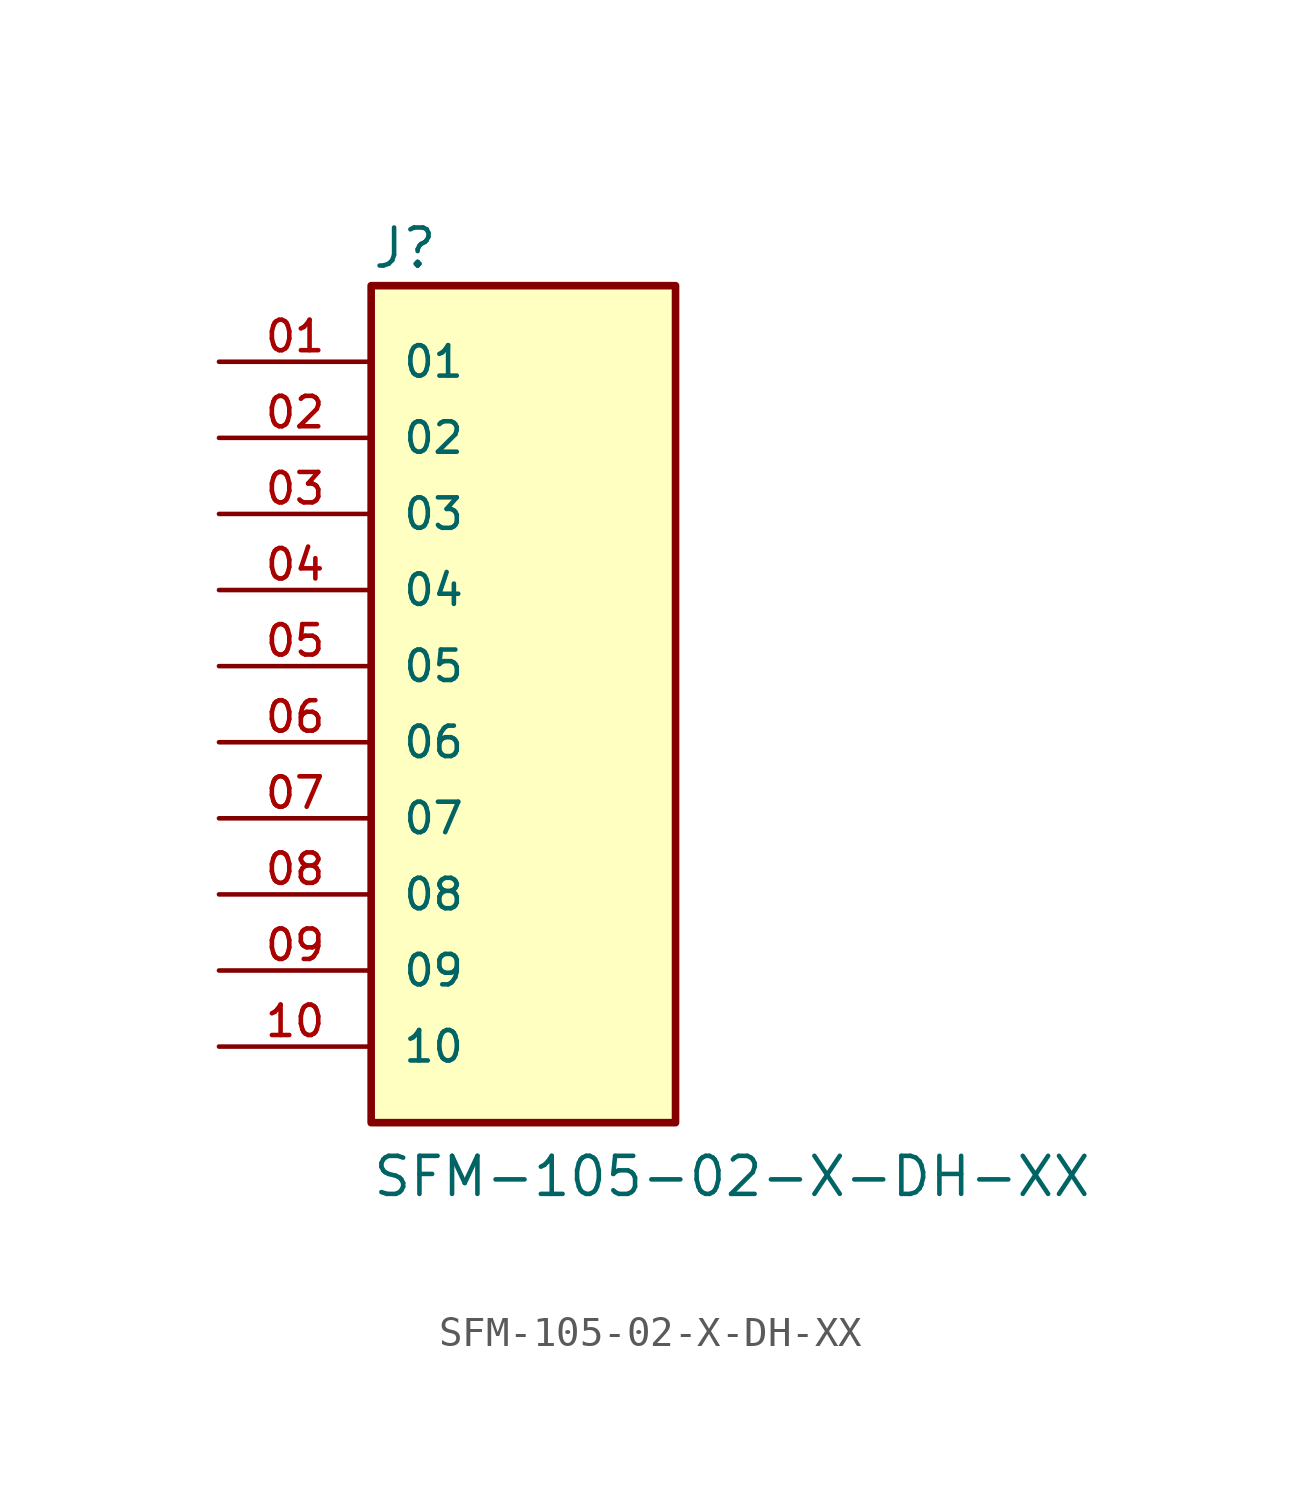
<source format=kicad_sym>
(kicad_symbol_lib
  (version 20220914)
  (generator kicad_symbol_editor)
  (symbol "SFM-105-02-X-DH-XX"
    (pin_names
      (offset 1.016))
    (property "Reference" "J"
      (at -5.08 13.208 0)
      (effects (font (size 1.27 1.27)) (justify left bottom)))
    (property "Value" "SFM-105-02-X-DH-XX"
      (at -5.08 -17.78 0)
      (effects (font (size 1.27 1.27)) (justify left bottom)))
    (property "ki_locked" ""
      (at 0 0 0)
      (effects (font (size 1.27 1.27))))
    (symbol "SFM-105-02-X-DH-XX_0_0"
      (rectangle (start -5.08 -15.24) (end 5.08 12.7) (stroke (width 0.254) (type solid)) (fill (type background)))
      (pin passive line (at -10.16 10.16 0) (length 5.08) (name "01" (effects (font (size 1.016 1.016)))) (number "01" (effects (font (size 1.016 1.016)))))
      (pin passive line (at -10.16 7.62 0) (length 5.08) (name "02" (effects (font (size 1.016 1.016)))) (number "02" (effects (font (size 1.016 1.016)))))
      (pin passive line (at -10.16 5.08 0) (length 5.08) (name "03" (effects (font (size 1.016 1.016)))) (number "03" (effects (font (size 1.016 1.016)))))
      (pin passive line (at -10.16 2.54 0) (length 5.08) (name "04" (effects (font (size 1.016 1.016)))) (number "04" (effects (font (size 1.016 1.016)))))
      (pin passive line (at -10.16 0 0) (length 5.08) (name "05" (effects (font (size 1.016 1.016)))) (number "05" (effects (font (size 1.016 1.016)))))
      (pin passive line (at -10.16 -2.54 0) (length 5.08) (name "06" (effects (font (size 1.016 1.016)))) (number "06" (effects (font (size 1.016 1.016)))))
      (pin passive line (at -10.16 -5.08 0) (length 5.08) (name "07" (effects (font (size 1.016 1.016)))) (number "07" (effects (font (size 1.016 1.016)))))
      (pin passive line (at -10.16 -7.62 0) (length 5.08) (name "08" (effects (font (size 1.016 1.016)))) (number "08" (effects (font (size 1.016 1.016)))))
      (pin passive line (at -10.16 -10.16 0) (length 5.08) (name "09" (effects (font (size 1.016 1.016)))) (number "09" (effects (font (size 1.016 1.016)))))
      (pin passive line (at -10.16 -12.7 0) (length 5.08) (name "10" (effects (font (size 1.016 1.016)))) (number "10" (effects (font (size 1.016 1.016))))))))
</source>
